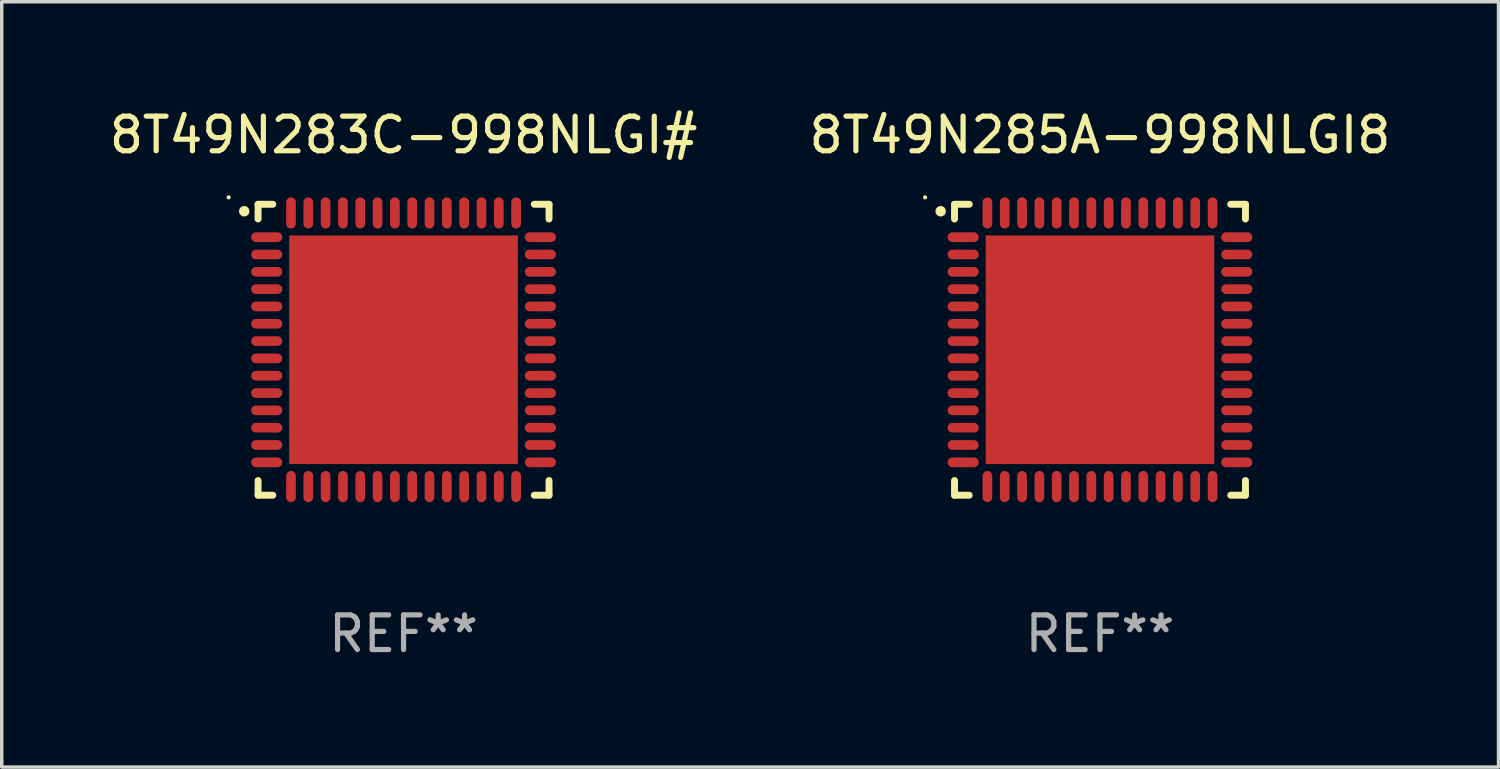
<source format=kicad_pcb>
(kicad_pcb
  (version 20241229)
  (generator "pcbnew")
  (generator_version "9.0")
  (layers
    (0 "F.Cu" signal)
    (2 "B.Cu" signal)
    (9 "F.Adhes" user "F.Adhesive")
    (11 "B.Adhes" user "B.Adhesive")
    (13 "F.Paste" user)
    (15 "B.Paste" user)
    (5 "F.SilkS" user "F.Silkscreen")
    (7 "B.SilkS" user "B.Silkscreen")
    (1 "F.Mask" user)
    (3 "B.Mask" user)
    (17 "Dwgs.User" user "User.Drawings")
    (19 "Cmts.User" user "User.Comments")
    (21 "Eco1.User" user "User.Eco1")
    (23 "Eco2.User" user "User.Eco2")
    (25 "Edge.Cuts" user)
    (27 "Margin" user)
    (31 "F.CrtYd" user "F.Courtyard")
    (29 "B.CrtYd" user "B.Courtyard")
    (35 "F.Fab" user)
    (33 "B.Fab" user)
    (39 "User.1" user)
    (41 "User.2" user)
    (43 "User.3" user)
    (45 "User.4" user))
  (footprint "8T49N283C-998NLGI#"
    (layer "F.Cu")
    (at 8.601 7.048)
    (property "Reference" "8T49N283C-998NLGI#" (at 0 -6.2 0) (layer "F.SilkS") (effects (font (size 1 1) (thickness 0.15))))
    (attr through_hole)
    (fp_line (start -4.2 -4.2) (end -3.775 -4.2) (stroke (width 0.2) (type solid)) (layer "F.SilkS"))
    (fp_line (start -4.2 -3.775) (end -4.2 -4.2) (stroke (width 0.2) (type solid)) (layer "F.SilkS"))
    (fp_line (start -4.2 3.775) (end -4.2 4.2) (stroke (width 0.2) (type solid)) (layer "F.SilkS"))
    (fp_line (start -4.2 4.2) (end -3.775 4.2) (stroke (width 0.2) (type solid)) (layer "F.SilkS"))
    (fp_line (start 3.775 4.2) (end 4.2 4.2) (stroke (width 0.2) (type solid)) (layer "F.SilkS"))
    (fp_line (start 4.2 -4.2) (end 3.775 -4.2) (stroke (width 0.2) (type solid)) (layer "F.SilkS"))
    (fp_line (start 4.2 -3.775) (end 4.2 -4.2) (stroke (width 0.2) (type solid)) (layer "F.SilkS"))
    (fp_line (start 4.2 4.2) (end 4.2 3.775) (stroke (width 0.2) (type solid)) (layer "F.SilkS"))
    (fp_arc (start -4.599949 -3.997968) (mid -4.599954 -3.999238) (end -4.599949 -4.000508) (stroke (width 0.3) (type solid)) (layer "F.SilkS"))
    (fp_circle (center -5.05 -4.4) (end -5.02 -4.4) (stroke (width 0.06) (type solid)) (fill no) (layer "F.SilkS"))
    (fp_text user "REF**" (at 0 8.2 0) (layer "F.Fab") (effects (font (size 1 1) (thickness 0.15))))
    (pad "1" smd oval (at -3.95 -3.25 90) (size 0.28 0.9) (layers "F.Cu" "F.Mask" "F.Paste"))
    (pad "2" smd oval (at -3.95 -2.75 90) (size 0.28 0.9) (layers "F.Cu" "F.Mask" "F.Paste"))
    (pad "3" smd oval (at -3.95 -2.25 90) (size 0.28 0.9) (layers "F.Cu" "F.Mask" "F.Paste"))
    (pad "4" smd oval (at -3.95 -1.75 90) (size 0.28 0.9) (layers "F.Cu" "F.Mask" "F.Paste"))
    (pad "5" smd oval (at -3.95 -1.25 90) (size 0.28 0.9) (layers "F.Cu" "F.Mask" "F.Paste"))
    (pad "6" smd oval (at -3.95 -0.75 90) (size 0.28 0.9) (layers "F.Cu" "F.Mask" "F.Paste"))
    (pad "7" smd oval (at -3.95 -0.25 90) (size 0.28 0.9) (layers "F.Cu" "F.Mask" "F.Paste"))
    (pad "8" smd oval (at -3.95 0.25 90) (size 0.28 0.9) (layers "F.Cu" "F.Mask" "F.Paste"))
    (pad "9" smd oval (at -3.95 0.75 90) (size 0.28 0.9) (layers "F.Cu" "F.Mask" "F.Paste"))
    (pad "10" smd oval (at -3.95 1.25 90) (size 0.28 0.9) (layers "F.Cu" "F.Mask" "F.Paste"))
    (pad "11" smd oval (at -3.95 1.75 90) (size 0.28 0.9) (layers "F.Cu" "F.Mask" "F.Paste"))
    (pad "12" smd oval (at -3.95 2.25 90) (size 0.28 0.9) (layers "F.Cu" "F.Mask" "F.Paste"))
    (pad "13" smd oval (at -3.95 2.75 90) (size 0.28 0.9) (layers "F.Cu" "F.Mask" "F.Paste"))
    (pad "14" smd oval (at -3.95 3.25 90) (size 0.28 0.9) (layers "F.Cu" "F.Mask" "F.Paste"))
    (pad "15" smd oval (at -3.25 3.95) (size 0.28 0.9) (layers "F.Cu" "F.Mask" "F.Paste"))
    (pad "16" smd oval (at -2.75 3.95) (size 0.28 0.9) (layers "F.Cu" "F.Mask" "F.Paste"))
    (pad "17" smd oval (at -2.25 3.95) (size 0.28 0.9) (layers "F.Cu" "F.Mask" "F.Paste"))
    (pad "18" smd oval (at -1.75 3.95) (size 0.28 0.9) (layers "F.Cu" "F.Mask" "F.Paste"))
    (pad "19" smd oval (at -1.25 3.95) (size 0.28 0.9) (layers "F.Cu" "F.Mask" "F.Paste"))
    (pad "20" smd oval (at -0.75 3.95) (size 0.28 0.9) (layers "F.Cu" "F.Mask" "F.Paste"))
    (pad "21" smd oval (at -0.25 3.95) (size 0.28 0.9) (layers "F.Cu" "F.Mask" "F.Paste"))
    (pad "22" smd oval (at 0.25 3.95) (size 0.28 0.9) (layers "F.Cu" "F.Mask" "F.Paste"))
    (pad "23" smd oval (at 0.75 3.95) (size 0.28 0.9) (layers "F.Cu" "F.Mask" "F.Paste"))
    (pad "24" smd oval (at 1.25 3.95) (size 0.28 0.9) (layers "F.Cu" "F.Mask" "F.Paste"))
    (pad "25" smd oval (at 1.75 3.95) (size 0.28 0.9) (layers "F.Cu" "F.Mask" "F.Paste"))
    (pad "26" smd oval (at 2.25 3.95) (size 0.28 0.9) (layers "F.Cu" "F.Mask" "F.Paste"))
    (pad "27" smd oval (at 2.75 3.95) (size 0.28 0.9) (layers "F.Cu" "F.Mask" "F.Paste"))
    (pad "28" smd oval (at 3.25 3.95) (size 0.28 0.9) (layers "F.Cu" "F.Mask" "F.Paste"))
    (pad "29" smd oval (at 3.95 3.25 90) (size 0.28 0.9) (layers "F.Cu" "F.Mask" "F.Paste"))
    (pad "30" smd oval (at 3.95 2.75 90) (size 0.28 0.9) (layers "F.Cu" "F.Mask" "F.Paste"))
    (pad "31" smd oval (at 3.95 2.25 90) (size 0.28 0.9) (layers "F.Cu" "F.Mask" "F.Paste"))
    (pad "32" smd oval (at 3.95 1.75 90) (size 0.28 0.9) (layers "F.Cu" "F.Mask" "F.Paste"))
    (pad "33" smd oval (at 3.95 1.25 90) (size 0.28 0.9) (layers "F.Cu" "F.Mask" "F.Paste"))
    (pad "34" smd oval (at 3.95 0.75 90) (size 0.28 0.9) (layers "F.Cu" "F.Mask" "F.Paste"))
    (pad "35" smd oval (at 3.95 0.25 90) (size 0.28 0.9) (layers "F.Cu" "F.Mask" "F.Paste"))
    (pad "36" smd oval (at 3.95 -0.25 90) (size 0.28 0.9) (layers "F.Cu" "F.Mask" "F.Paste"))
    (pad "37" smd oval (at 3.95 -0.75 90) (size 0.28 0.9) (layers "F.Cu" "F.Mask" "F.Paste"))
    (pad "38" smd oval (at 3.95 -1.25 90) (size 0.28 0.9) (layers "F.Cu" "F.Mask" "F.Paste"))
    (pad "39" smd oval (at 3.95 -1.75 90) (size 0.28 0.9) (layers "F.Cu" "F.Mask" "F.Paste"))
    (pad "40" smd oval (at 3.95 -2.25 90) (size 0.28 0.9) (layers "F.Cu" "F.Mask" "F.Paste"))
    (pad "41" smd oval (at 3.95 -2.75 90) (size 0.28 0.9) (layers "F.Cu" "F.Mask" "F.Paste"))
    (pad "42" smd oval (at 3.95 -3.25 90) (size 0.28 0.9) (layers "F.Cu" "F.Mask" "F.Paste"))
    (pad "43" smd oval (at 3.25 -3.95) (size 0.28 0.9) (layers "F.Cu" "F.Mask" "F.Paste"))
    (pad "44" smd oval (at 2.75 -3.95) (size 0.28 0.9) (layers "F.Cu" "F.Mask" "F.Paste"))
    (pad "45" smd oval (at 2.25 -3.95) (size 0.28 0.9) (layers "F.Cu" "F.Mask" "F.Paste"))
    (pad "46" smd oval (at 1.75 -3.95) (size 0.28 0.9) (layers "F.Cu" "F.Mask" "F.Paste"))
    (pad "47" smd oval (at 1.25 -3.95) (size 0.28 0.9) (layers "F.Cu" "F.Mask" "F.Paste"))
    (pad "48" smd oval (at 0.75 -3.95) (size 0.28 0.9) (layers "F.Cu" "F.Mask" "F.Paste"))
    (pad "49" smd oval (at 0.25 -3.95) (size 0.28 0.9) (layers "F.Cu" "F.Mask" "F.Paste"))
    (pad "50" smd oval (at -0.25 -3.95) (size 0.28 0.9) (layers "F.Cu" "F.Mask" "F.Paste"))
    (pad "51" smd oval (at -0.75 -3.95) (size 0.28 0.9) (layers "F.Cu" "F.Mask" "F.Paste"))
    (pad "52" smd oval (at -1.25 -3.95) (size 0.28 0.9) (layers "F.Cu" "F.Mask" "F.Paste"))
    (pad "53" smd oval (at -1.75 -3.95) (size 0.28 0.9) (layers "F.Cu" "F.Mask" "F.Paste"))
    (pad "54" smd oval (at -2.25 -3.95) (size 0.28 0.9) (layers "F.Cu" "F.Mask" "F.Paste"))
    (pad "55" smd oval (at -2.75 -3.95) (size 0.28 0.9) (layers "F.Cu" "F.Mask" "F.Paste"))
    (pad "56" smd oval (at -3.25 -3.95) (size 0.28 0.9) (layers "F.Cu" "F.Mask" "F.Paste"))
    (pad "57" smd rect (at 0 0.000051) (size 6.6 6.6) (layers "F.Cu" "F.Mask" "F.Paste")))
  (footprint "8T49N285A-998NLGI8"
    (layer "F.Cu")
    (at 28.708 7.048)
    (property "Reference" "8T49N285A-998NLGI8" (at 0 -6.2 0) (layer "F.SilkS") (effects (font (size 1 1) (thickness 0.15))))
    (attr through_hole)
    (fp_line (start -4.2 -4.2) (end -3.775 -4.2) (stroke (width 0.2) (type solid)) (layer "F.SilkS"))
    (fp_line (start -4.2 -3.775) (end -4.2 -4.2) (stroke (width 0.2) (type solid)) (layer "F.SilkS"))
    (fp_line (start -4.2 3.775) (end -4.2 4.2) (stroke (width 0.2) (type solid)) (layer "F.SilkS"))
    (fp_line (start -4.2 4.2) (end -3.775 4.2) (stroke (width 0.2) (type solid)) (layer "F.SilkS"))
    (fp_line (start 3.775 4.2) (end 4.2 4.2) (stroke (width 0.2) (type solid)) (layer "F.SilkS"))
    (fp_line (start 4.2 -4.2) (end 3.775 -4.2) (stroke (width 0.2) (type solid)) (layer "F.SilkS"))
    (fp_line (start 4.2 -3.775) (end 4.2 -4.2) (stroke (width 0.2) (type solid)) (layer "F.SilkS"))
    (fp_line (start 4.2 4.2) (end 4.2 3.775) (stroke (width 0.2) (type solid)) (layer "F.SilkS"))
    (fp_arc (start -4.599949 -3.997968) (mid -4.599954 -3.999238) (end -4.599949 -4.000508) (stroke (width 0.3) (type solid)) (layer "F.SilkS"))
    (fp_circle (center -5.05 -4.4) (end -5.02 -4.4) (stroke (width 0.06) (type solid)) (fill no) (layer "F.SilkS"))
    (fp_text user "REF**" (at 0 8.2 0) (layer "F.Fab") (effects (font (size 1 1) (thickness 0.15))))
    (pad "1" smd oval (at -3.95 -3.25 90) (size 0.28 0.9) (layers "F.Cu" "F.Mask" "F.Paste"))
    (pad "2" smd oval (at -3.95 -2.75 90) (size 0.28 0.9) (layers "F.Cu" "F.Mask" "F.Paste"))
    (pad "3" smd oval (at -3.95 -2.25 90) (size 0.28 0.9) (layers "F.Cu" "F.Mask" "F.Paste"))
    (pad "4" smd oval (at -3.95 -1.75 90) (size 0.28 0.9) (layers "F.Cu" "F.Mask" "F.Paste"))
    (pad "5" smd oval (at -3.95 -1.25 90) (size 0.28 0.9) (layers "F.Cu" "F.Mask" "F.Paste"))
    (pad "6" smd oval (at -3.95 -0.75 90) (size 0.28 0.9) (layers "F.Cu" "F.Mask" "F.Paste"))
    (pad "7" smd oval (at -3.95 -0.25 90) (size 0.28 0.9) (layers "F.Cu" "F.Mask" "F.Paste"))
    (pad "8" smd oval (at -3.95 0.25 90) (size 0.28 0.9) (layers "F.Cu" "F.Mask" "F.Paste"))
    (pad "9" smd oval (at -3.95 0.75 90) (size 0.28 0.9) (layers "F.Cu" "F.Mask" "F.Paste"))
    (pad "10" smd oval (at -3.95 1.25 90) (size 0.28 0.9) (layers "F.Cu" "F.Mask" "F.Paste"))
    (pad "11" smd oval (at -3.95 1.75 90) (size 0.28 0.9) (layers "F.Cu" "F.Mask" "F.Paste"))
    (pad "12" smd oval (at -3.95 2.25 90) (size 0.28 0.9) (layers "F.Cu" "F.Mask" "F.Paste"))
    (pad "13" smd oval (at -3.95 2.75 90) (size 0.28 0.9) (layers "F.Cu" "F.Mask" "F.Paste"))
    (pad "14" smd oval (at -3.95 3.25 90) (size 0.28 0.9) (layers "F.Cu" "F.Mask" "F.Paste"))
    (pad "15" smd oval (at -3.25 3.95) (size 0.28 0.9) (layers "F.Cu" "F.Mask" "F.Paste"))
    (pad "16" smd oval (at -2.75 3.95) (size 0.28 0.9) (layers "F.Cu" "F.Mask" "F.Paste"))
    (pad "17" smd oval (at -2.25 3.95) (size 0.28 0.9) (layers "F.Cu" "F.Mask" "F.Paste"))
    (pad "18" smd oval (at -1.75 3.95) (size 0.28 0.9) (layers "F.Cu" "F.Mask" "F.Paste"))
    (pad "19" smd oval (at -1.25 3.95) (size 0.28 0.9) (layers "F.Cu" "F.Mask" "F.Paste"))
    (pad "20" smd oval (at -0.75 3.95) (size 0.28 0.9) (layers "F.Cu" "F.Mask" "F.Paste"))
    (pad "21" smd oval (at -0.25 3.95) (size 0.28 0.9) (layers "F.Cu" "F.Mask" "F.Paste"))
    (pad "22" smd oval (at 0.25 3.95) (size 0.28 0.9) (layers "F.Cu" "F.Mask" "F.Paste"))
    (pad "23" smd oval (at 0.75 3.95) (size 0.28 0.9) (layers "F.Cu" "F.Mask" "F.Paste"))
    (pad "24" smd oval (at 1.25 3.95) (size 0.28 0.9) (layers "F.Cu" "F.Mask" "F.Paste"))
    (pad "25" smd oval (at 1.75 3.95) (size 0.28 0.9) (layers "F.Cu" "F.Mask" "F.Paste"))
    (pad "26" smd oval (at 2.25 3.95) (size 0.28 0.9) (layers "F.Cu" "F.Mask" "F.Paste"))
    (pad "27" smd oval (at 2.75 3.95) (size 0.28 0.9) (layers "F.Cu" "F.Mask" "F.Paste"))
    (pad "28" smd oval (at 3.25 3.95) (size 0.28 0.9) (layers "F.Cu" "F.Mask" "F.Paste"))
    (pad "29" smd oval (at 3.95 3.25 90) (size 0.28 0.9) (layers "F.Cu" "F.Mask" "F.Paste"))
    (pad "30" smd oval (at 3.95 2.75 90) (size 0.28 0.9) (layers "F.Cu" "F.Mask" "F.Paste"))
    (pad "31" smd oval (at 3.95 2.25 90) (size 0.28 0.9) (layers "F.Cu" "F.Mask" "F.Paste"))
    (pad "32" smd oval (at 3.95 1.75 90) (size 0.28 0.9) (layers "F.Cu" "F.Mask" "F.Paste"))
    (pad "33" smd oval (at 3.95 1.25 90) (size 0.28 0.9) (layers "F.Cu" "F.Mask" "F.Paste"))
    (pad "34" smd oval (at 3.95 0.75 90) (size 0.28 0.9) (layers "F.Cu" "F.Mask" "F.Paste"))
    (pad "35" smd oval (at 3.95 0.25 90) (size 0.28 0.9) (layers "F.Cu" "F.Mask" "F.Paste"))
    (pad "36" smd oval (at 3.95 -0.25 90) (size 0.28 0.9) (layers "F.Cu" "F.Mask" "F.Paste"))
    (pad "37" smd oval (at 3.95 -0.75 90) (size 0.28 0.9) (layers "F.Cu" "F.Mask" "F.Paste"))
    (pad "38" smd oval (at 3.95 -1.25 90) (size 0.28 0.9) (layers "F.Cu" "F.Mask" "F.Paste"))
    (pad "39" smd oval (at 3.95 -1.75 90) (size 0.28 0.9) (layers "F.Cu" "F.Mask" "F.Paste"))
    (pad "40" smd oval (at 3.95 -2.25 90) (size 0.28 0.9) (layers "F.Cu" "F.Mask" "F.Paste"))
    (pad "41" smd oval (at 3.95 -2.75 90) (size 0.28 0.9) (layers "F.Cu" "F.Mask" "F.Paste"))
    (pad "42" smd oval (at 3.95 -3.25 90) (size 0.28 0.9) (layers "F.Cu" "F.Mask" "F.Paste"))
    (pad "43" smd oval (at 3.25 -3.95) (size 0.28 0.9) (layers "F.Cu" "F.Mask" "F.Paste"))
    (pad "44" smd oval (at 2.75 -3.95) (size 0.28 0.9) (layers "F.Cu" "F.Mask" "F.Paste"))
    (pad "45" smd oval (at 2.25 -3.95) (size 0.28 0.9) (layers "F.Cu" "F.Mask" "F.Paste"))
    (pad "46" smd oval (at 1.75 -3.95) (size 0.28 0.9) (layers "F.Cu" "F.Mask" "F.Paste"))
    (pad "47" smd oval (at 1.25 -3.95) (size 0.28 0.9) (layers "F.Cu" "F.Mask" "F.Paste"))
    (pad "48" smd oval (at 0.75 -3.95) (size 0.28 0.9) (layers "F.Cu" "F.Mask" "F.Paste"))
    (pad "49" smd oval (at 0.25 -3.95) (size 0.28 0.9) (layers "F.Cu" "F.Mask" "F.Paste"))
    (pad "50" smd oval (at -0.25 -3.95) (size 0.28 0.9) (layers "F.Cu" "F.Mask" "F.Paste"))
    (pad "51" smd oval (at -0.75 -3.95) (size 0.28 0.9) (layers "F.Cu" "F.Mask" "F.Paste"))
    (pad "52" smd oval (at -1.25 -3.95) (size 0.28 0.9) (layers "F.Cu" "F.Mask" "F.Paste"))
    (pad "53" smd oval (at -1.75 -3.95) (size 0.28 0.9) (layers "F.Cu" "F.Mask" "F.Paste"))
    (pad "54" smd oval (at -2.25 -3.95) (size 0.28 0.9) (layers "F.Cu" "F.Mask" "F.Paste"))
    (pad "55" smd oval (at -2.75 -3.95) (size 0.28 0.9) (layers "F.Cu" "F.Mask" "F.Paste"))
    (pad "56" smd oval (at -3.25 -3.95) (size 0.28 0.9) (layers "F.Cu" "F.Mask" "F.Paste"))
    (pad "57" smd rect (at 0 0.000051) (size 6.6 6.6) (layers "F.Cu" "F.Mask" "F.Paste")))
  (gr_rect
    (start -3 -3)
    (end 40.214 19.096)
    (stroke (width 0.1) (type default))
    (fill no)
    (layer "Edge.Cuts")))
</source>
